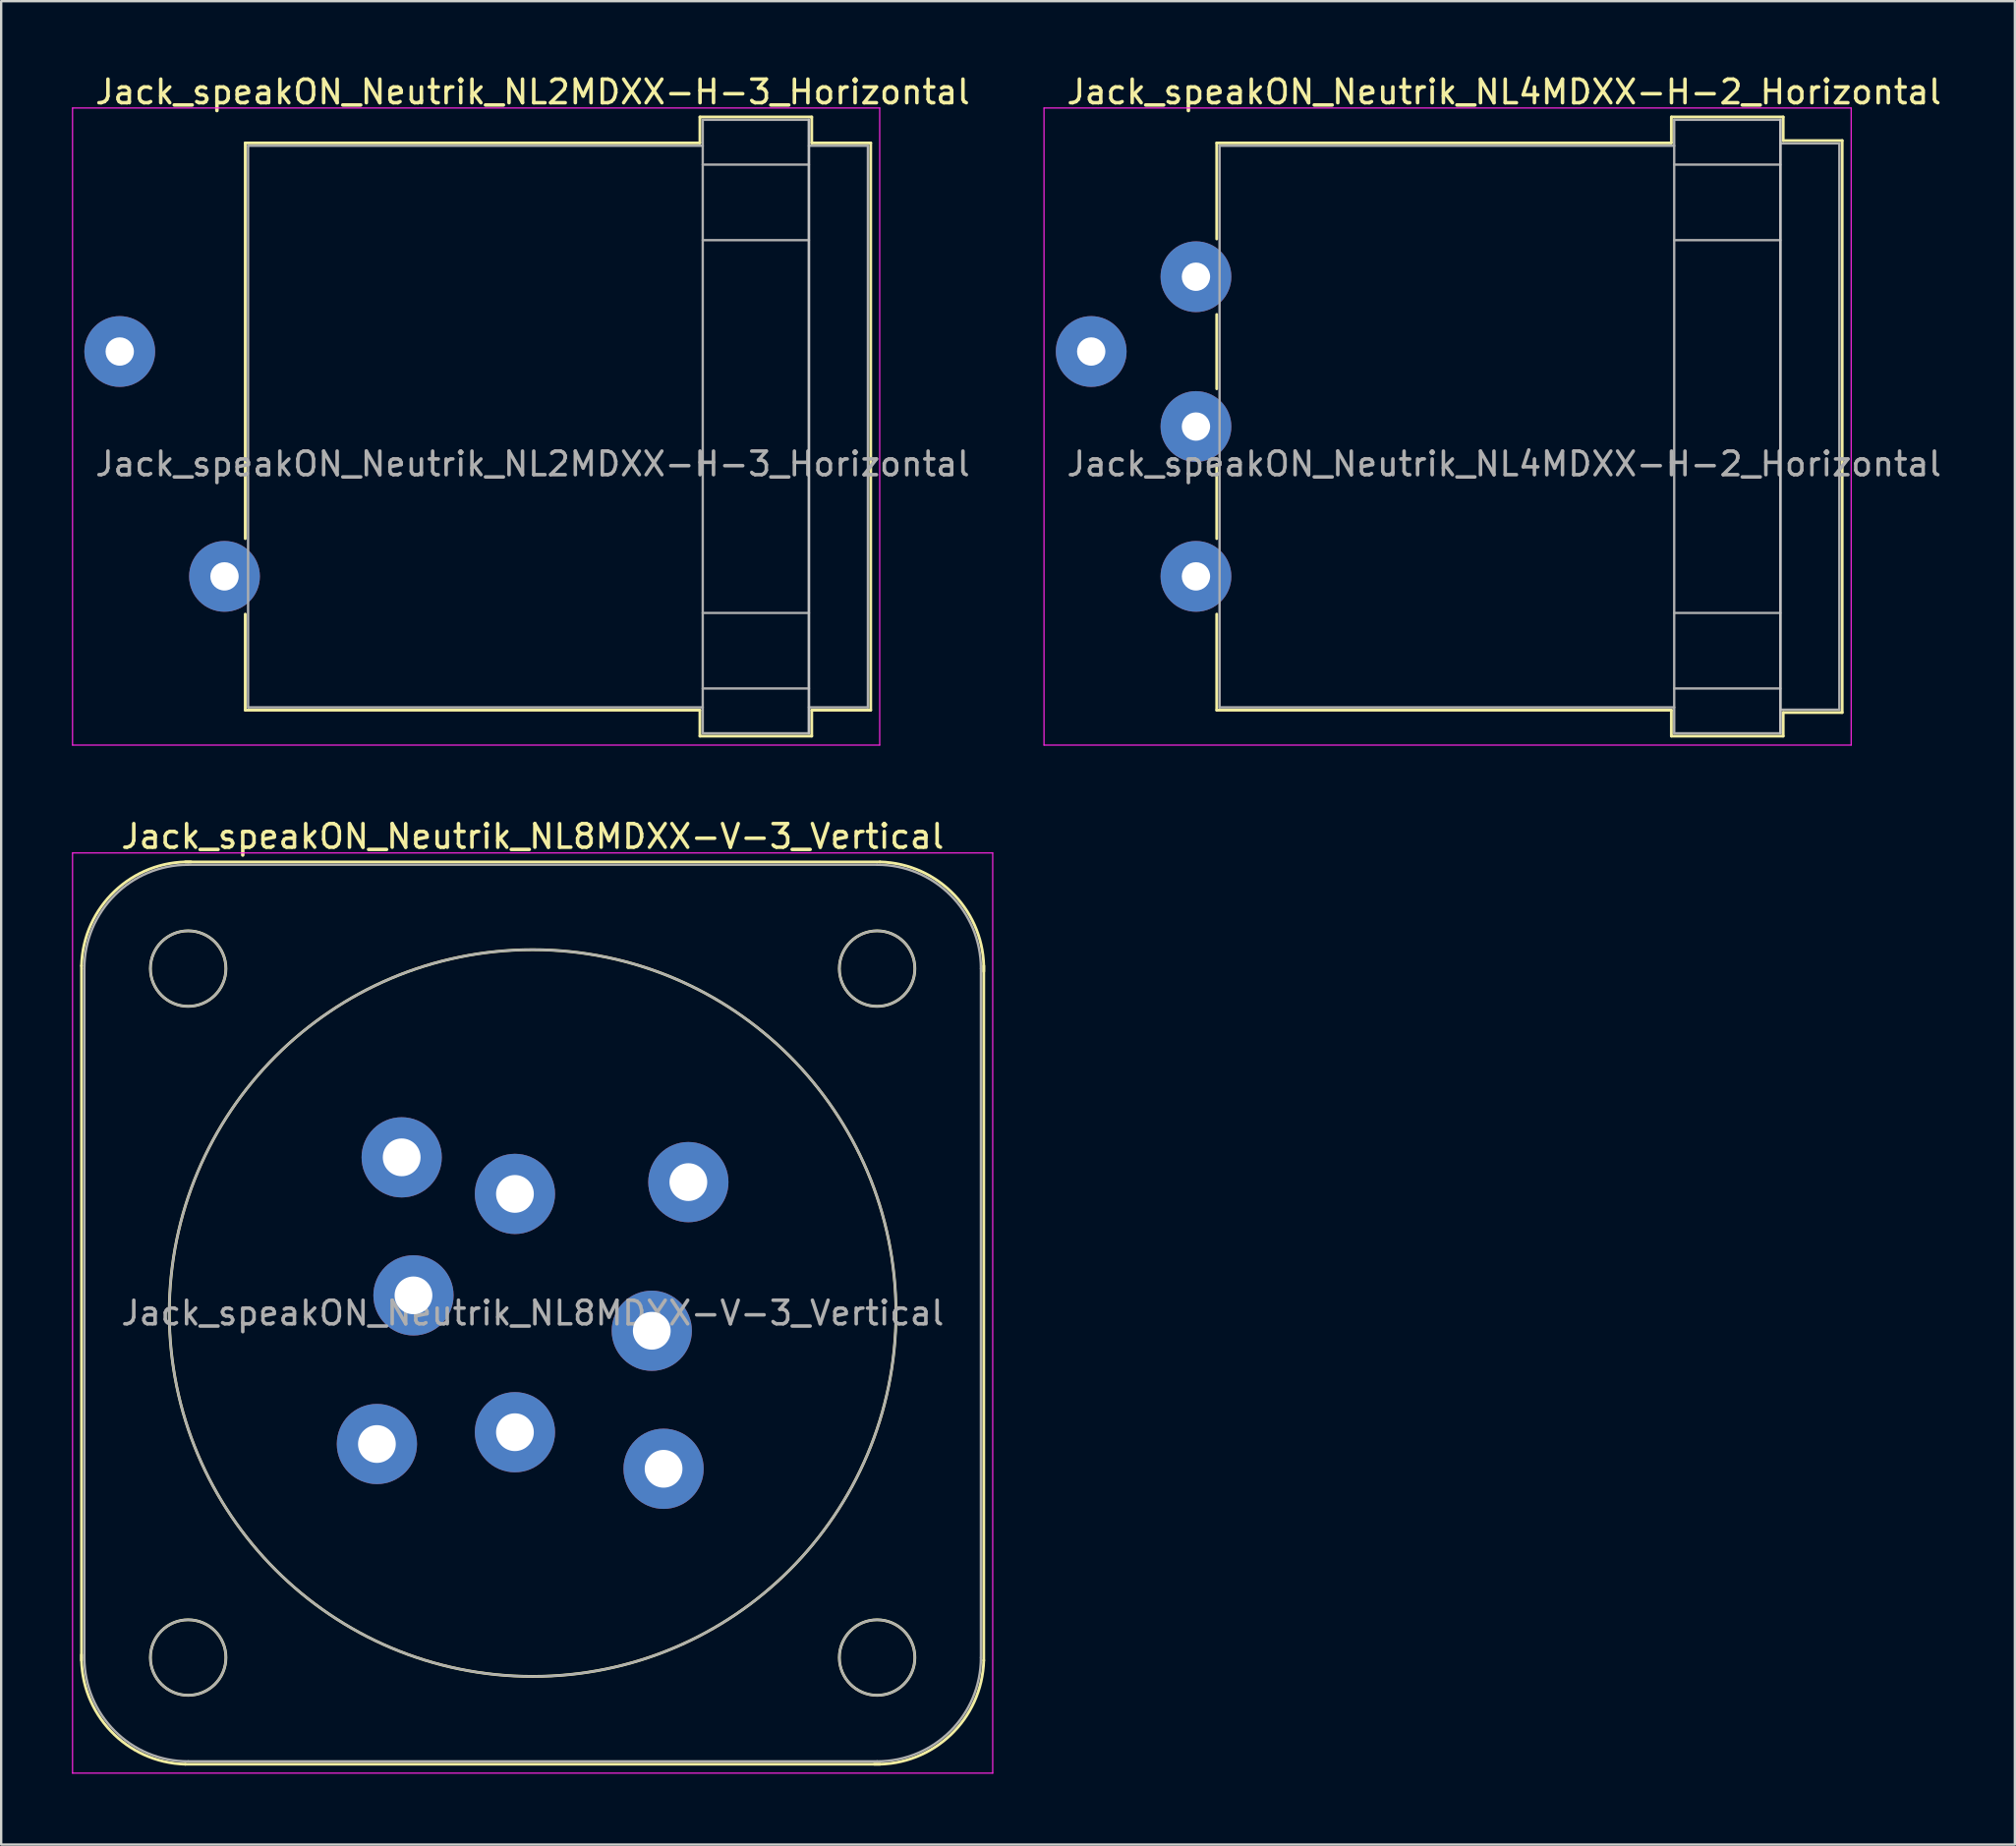
<source format=kicad_pcb>
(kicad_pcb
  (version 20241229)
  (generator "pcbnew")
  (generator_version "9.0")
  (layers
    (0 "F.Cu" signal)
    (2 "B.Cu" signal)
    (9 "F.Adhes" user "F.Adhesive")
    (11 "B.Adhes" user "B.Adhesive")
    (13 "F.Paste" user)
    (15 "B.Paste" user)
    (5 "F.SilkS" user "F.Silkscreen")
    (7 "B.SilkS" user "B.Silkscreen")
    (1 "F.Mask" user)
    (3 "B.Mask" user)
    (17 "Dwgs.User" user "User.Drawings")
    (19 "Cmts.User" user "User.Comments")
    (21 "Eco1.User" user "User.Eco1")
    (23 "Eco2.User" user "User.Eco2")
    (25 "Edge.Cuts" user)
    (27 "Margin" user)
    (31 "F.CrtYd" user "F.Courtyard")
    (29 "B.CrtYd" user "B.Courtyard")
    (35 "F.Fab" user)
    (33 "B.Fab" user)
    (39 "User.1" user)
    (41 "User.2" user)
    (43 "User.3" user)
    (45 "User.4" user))
  (footprint "Jack_speakON_Neutrik_NL4MDXX-H-2_Horizontal"
    (layer "F.Cu")
    (at 43.199 11.848)
    (property "Reference" "Jack_speakON_Neutrik_NL4MDXX-H-2_Horizontal" (at 17.5 -11 0) (layer "F.SilkS") (effects (font (size 1 1) (thickness 0.15))))
    (attr through_hole)
    (fp_line (start 5.32 -8.84) (end 24.59 -8.84) (stroke (width 0.12) (type solid)) (layer "F.SilkS"))
    (fp_line (start 5.32 -4.77) (end 5.32 -8.84) (stroke (width 0.12) (type solid)) (layer "F.SilkS"))
    (fp_line (start 5.32 1.58) (end 5.32 -1.57) (stroke (width 0.12) (type solid)) (layer "F.SilkS"))
    (fp_line (start 5.32 7.93) (end 5.32 4.78) (stroke (width 0.12) (type solid)) (layer "F.SilkS"))
    (fp_line (start 5.32 15.2) (end 5.32 11.13) (stroke (width 0.12) (type solid)) (layer "F.SilkS"))
    (fp_line (start 5.32 15.2) (end 24.59 15.2) (stroke (width 0.12) (type solid)) (layer "F.SilkS"))
    (fp_line (start 24.59 -9.94) (end 24.59 -8.84) (stroke (width 0.12) (type solid)) (layer "F.SilkS"))
    (fp_line (start 24.59 -9.94) (end 29.33 -9.94) (stroke (width 0.12) (type solid)) (layer "F.SilkS"))
    (fp_line (start 24.59 16.3) (end 24.59 15.2) (stroke (width 0.12) (type solid)) (layer "F.SilkS"))
    (fp_line (start 24.59 16.3) (end 29.33 16.3) (stroke (width 0.12) (type solid)) (layer "F.SilkS"))
    (fp_line (start 29.33 -9.94) (end 29.33 -8.94) (stroke (width 0.12) (type solid)) (layer "F.SilkS"))
    (fp_line (start 29.33 16.3) (end 29.33 15.3) (stroke (width 0.12) (type solid)) (layer "F.SilkS"))
    (fp_line (start 31.83 -8.94) (end 29.33 -8.94) (stroke (width 0.12) (type solid)) (layer "F.SilkS"))
    (fp_line (start 31.83 15.3) (end 29.33 15.3) (stroke (width 0.12) (type solid)) (layer "F.SilkS"))
    (fp_line (start 31.83 15.3) (end 31.83 -8.94) (stroke (width 0.12) (type solid)) (layer "F.SilkS"))
    (fp_line (start 29.21 16.18) (end 29.21 -9.82) (stroke (width 0.1) (type solid)) (layer "Dwgs.User"))
    (fp_line (start -2 16.68) (end -2 -10.32) (stroke (width 0.05) (type solid)) (layer "F.CrtYd"))
    (fp_line (start -2 16.68) (end 32.21 16.68) (stroke (width 0.05) (type solid)) (layer "F.CrtYd"))
    (fp_line (start 32.21 -10.32) (end -2 -10.32) (stroke (width 0.05) (type solid)) (layer "F.CrtYd"))
    (fp_line (start 32.21 -10.32) (end 32.21 16.68) (stroke (width 0.05) (type solid)) (layer "F.CrtYd"))
    (fp_line (start 5.44 -8.72) (end 24.71 -8.72) (stroke (width 0.1) (type solid)) (layer "F.Fab"))
    (fp_line (start 5.44 15.08) (end 5.44 -8.72) (stroke (width 0.1) (type solid)) (layer "F.Fab"))
    (fp_line (start 5.44 15.08) (end 24.71 15.08) (stroke (width 0.1) (type solid)) (layer "F.Fab"))
    (fp_line (start 24.71 -9.82) (end 29.21 -9.82) (stroke (width 0.1) (type solid)) (layer "F.Fab"))
    (fp_line (start 24.71 -7.92) (end 29.21 -7.92) (stroke (width 0.1) (type solid)) (layer "F.Fab"))
    (fp_line (start 24.71 -4.72) (end 29.21 -4.72) (stroke (width 0.1) (type solid)) (layer "F.Fab"))
    (fp_line (start 24.71 11.08) (end 29.21 11.08) (stroke (width 0.1) (type solid)) (layer "F.Fab"))
    (fp_line (start 24.71 14.28) (end 29.21 14.28) (stroke (width 0.1) (type solid)) (layer "F.Fab"))
    (fp_line (start 24.71 16.18) (end 24.71 -9.82) (stroke (width 0.1) (type solid)) (layer "F.Fab"))
    (fp_line (start 24.71 16.18) (end 29.21 16.18) (stroke (width 0.1) (type solid)) (layer "F.Fab"))
    (fp_line (start 29.21 16.18) (end 29.21 -9.82) (stroke (width 0.1) (type solid)) (layer "F.Fab"))
    (fp_line (start 31.71 -8.82) (end 29.21 -8.82) (stroke (width 0.1) (type solid)) (layer "F.Fab"))
    (fp_line (start 31.71 15.18) (end 29.21 15.18) (stroke (width 0.1) (type solid)) (layer "F.Fab"))
    (fp_line (start 31.71 15.18) (end 31.71 -8.82) (stroke (width 0.1) (type solid)) (layer "F.Fab"))
    (fp_text user "${REFERENCE}" (at 17.5 4.765 0) (layer "F.Fab") (effects (font (size 1 1) (thickness 0.15))))
    (pad "1+" thru_hole circle (at 0 0) (size 3 3) (drill 1.2) (layers "*.Cu" "*.Mask"))
    (pad "1-" thru_hole circle (at 4.44 9.53) (size 3 3) (drill 1.2) (layers "*.Cu" "*.Mask"))
    (pad "2+" thru_hole circle (at 4.44 3.18) (size 3 3) (drill 1.2) (layers "*.Cu" "*.Mask"))
    (pad "2-" thru_hole circle (at 4.44 -3.17) (size 3 3) (drill 1.2) (layers "*.Cu" "*.Mask")))
  (footprint "Jack_speakON_Neutrik_NL2MDXX-H-3_Horizontal"
    (layer "F.Cu")
    (at 2.025 11.848)
    (property "Reference" "Jack_speakON_Neutrik_NL2MDXX-H-3_Horizontal" (at 17.5 -11 0) (layer "F.SilkS") (effects (font (size 1 1) (thickness 0.15))))
    (attr through_hole)
    (fp_line (start 5.32 -8.84) (end 24.59 -8.84) (stroke (width 0.12) (type solid)) (layer "F.SilkS"))
    (fp_line (start 5.32 7.93) (end 5.32 -8.84) (stroke (width 0.12) (type solid)) (layer "F.SilkS"))
    (fp_line (start 5.32 15.2) (end 5.32 11.13) (stroke (width 0.12) (type solid)) (layer "F.SilkS"))
    (fp_line (start 5.32 15.2) (end 24.59 15.2) (stroke (width 0.12) (type solid)) (layer "F.SilkS"))
    (fp_line (start 24.59 -9.94) (end 24.59 -8.84) (stroke (width 0.12) (type solid)) (layer "F.SilkS"))
    (fp_line (start 24.59 -9.94) (end 29.33 -9.94) (stroke (width 0.12) (type solid)) (layer "F.SilkS"))
    (fp_line (start 24.59 16.3) (end 24.59 15.2) (stroke (width 0.12) (type solid)) (layer "F.SilkS"))
    (fp_line (start 24.59 16.3) (end 29.33 16.3) (stroke (width 0.12) (type solid)) (layer "F.SilkS"))
    (fp_line (start 29.33 -9.94) (end 29.33 -8.84) (stroke (width 0.12) (type solid)) (layer "F.SilkS"))
    (fp_line (start 29.33 16.3) (end 29.33 15.2) (stroke (width 0.12) (type solid)) (layer "F.SilkS"))
    (fp_line (start 31.83 -8.84) (end 29.33 -8.84) (stroke (width 0.12) (type solid)) (layer "F.SilkS"))
    (fp_line (start 31.83 15.2) (end 29.33 15.2) (stroke (width 0.12) (type solid)) (layer "F.SilkS"))
    (fp_line (start 31.83 15.2) (end 31.83 -8.84) (stroke (width 0.12) (type solid)) (layer "F.SilkS"))
    (fp_line (start 29.21 16.18) (end 29.21 -9.82) (stroke (width 0.1) (type solid)) (layer "Dwgs.User"))
    (fp_line (start -2 16.68) (end -2 -10.32) (stroke (width 0.05) (type solid)) (layer "F.CrtYd"))
    (fp_line (start -2 16.68) (end 32.21 16.68) (stroke (width 0.05) (type solid)) (layer "F.CrtYd"))
    (fp_line (start 32.21 -10.32) (end -2 -10.32) (stroke (width 0.05) (type solid)) (layer "F.CrtYd"))
    (fp_line (start 32.21 -10.32) (end 32.21 16.68) (stroke (width 0.05) (type solid)) (layer "F.CrtYd"))
    (fp_line (start 5.44 -8.72) (end 24.71 -8.72) (stroke (width 0.1) (type solid)) (layer "F.Fab"))
    (fp_line (start 5.44 15.08) (end 5.44 -8.72) (stroke (width 0.1) (type solid)) (layer "F.Fab"))
    (fp_line (start 5.44 15.08) (end 24.71 15.08) (stroke (width 0.1) (type solid)) (layer "F.Fab"))
    (fp_line (start 24.71 -9.82) (end 29.21 -9.82) (stroke (width 0.1) (type solid)) (layer "F.Fab"))
    (fp_line (start 24.71 -7.92) (end 29.21 -7.92) (stroke (width 0.1) (type solid)) (layer "F.Fab"))
    (fp_line (start 24.71 -4.72) (end 29.21 -4.72) (stroke (width 0.1) (type solid)) (layer "F.Fab"))
    (fp_line (start 24.71 11.08) (end 29.21 11.08) (stroke (width 0.1) (type solid)) (layer "F.Fab"))
    (fp_line (start 24.71 14.28) (end 29.21 14.28) (stroke (width 0.1) (type solid)) (layer "F.Fab"))
    (fp_line (start 24.71 16.18) (end 24.71 -9.82) (stroke (width 0.1) (type solid)) (layer "F.Fab"))
    (fp_line (start 24.71 16.18) (end 29.21 16.18) (stroke (width 0.1) (type solid)) (layer "F.Fab"))
    (fp_line (start 29.21 16.18) (end 29.21 -9.82) (stroke (width 0.1) (type solid)) (layer "F.Fab"))
    (fp_line (start 31.71 -8.72) (end 29.21 -8.72) (stroke (width 0.1) (type solid)) (layer "F.Fab"))
    (fp_line (start 31.71 15.08) (end 29.21 15.08) (stroke (width 0.1) (type solid)) (layer "F.Fab"))
    (fp_line (start 31.71 15.08) (end 31.71 -8.72) (stroke (width 0.1) (type solid)) (layer "F.Fab"))
    (fp_text user "${REFERENCE}" (at 17.5 4.765 0) (layer "F.Fab") (effects (font (size 1 1) (thickness 0.15))))
    (pad "1+" thru_hole circle (at 0 0) (size 3 3) (drill 1.2) (layers "*.Cu" "*.Mask"))
    (pad "1-" thru_hole circle (at 4.44 9.53) (size 3 3) (drill 1.2) (layers "*.Cu" "*.Mask")))
  (footprint "Jack_speakON_Neutrik_NL8MDXX-V-3_Vertical"
    (layer "F.Cu")
    (at 18.775 47.551)
    (property "Reference" "Jack_speakON_Neutrik_NL8MDXX-V-3_Vertical" (at 0.75 -15.15 0) (layer "F.SilkS") (effects (font (size 1 1) (thickness 0.15))))
    (attr through_hole)
    (fp_line (start -18.37 19.77) (end -18.37 -9.67) (stroke (width 0.12) (type solid)) (layer "F.SilkS"))
    (fp_line (start -13.97 -14.07) (end 15.47 -14.07) (stroke (width 0.12) (type solid)) (layer "F.SilkS"))
    (fp_line (start -13.97 24.17) (end 15.47 24.17) (stroke (width 0.12) (type solid)) (layer "F.SilkS"))
    (fp_line (start 19.87 19.77) (end 19.87 -9.67) (stroke (width 0.12) (type solid)) (layer "F.SilkS"))
    (fp_arc (start -18.37 -9.67) (mid -16.96127 -12.830975) (end -13.73 -14.07) (stroke (width 0.12) (type solid)) (layer "F.SilkS"))
    (fp_arc (start -13.97 24.17) (mid -17.130975 22.76127) (end -18.37 19.53) (stroke (width 0.12) (type solid)) (layer "F.SilkS"))
    (fp_arc (start 15.47 -14.07) (mid 18.630975 -12.66127) (end 19.87 -9.43) (stroke (width 0.12) (type solid)) (layer "F.SilkS"))
    (fp_arc (start 19.87 19.77) (mid 18.46127 22.930975) (end 15.23 24.17) (stroke (width 0.12) (type solid)) (layer "F.SilkS"))
    (fp_circle (center -13.85 -9.55) (end -12.25 -9.55) (stroke (width 0.12) (type solid)) (fill no) (layer "F.SilkS"))
    (fp_circle (center -13.85 19.65) (end -12.25 19.65) (stroke (width 0.12) (type solid)) (fill no) (layer "F.SilkS"))
    (fp_circle (center 0.75 5.05) (end 16.15 5.05) (stroke (width 0.12) (type solid)) (fill no) (layer "F.SilkS"))
    (fp_circle (center 15.35 -9.55) (end 16.95 -9.55) (stroke (width 0.12) (type solid)) (fill no) (layer "F.SilkS"))
    (fp_circle (center 15.35 19.65) (end 16.95 19.65) (stroke (width 0.12) (type solid)) (fill no) (layer "F.SilkS"))
    (fp_line (start -18.75 -14.45) (end 20.25 -14.45) (stroke (width 0.05) (type solid)) (layer "F.CrtYd"))
    (fp_line (start -18.75 24.55) (end -18.75 -14.45) (stroke (width 0.05) (type solid)) (layer "F.CrtYd"))
    (fp_line (start -18.75 24.55) (end 20.25 24.55) (stroke (width 0.05) (type solid)) (layer "F.CrtYd"))
    (fp_line (start 20.25 24.55) (end 20.25 -14.45) (stroke (width 0.05) (type solid)) (layer "F.CrtYd"))
    (fp_line (start -18.25 19.65) (end -18.25 -9.55) (stroke (width 0.1) (type solid)) (layer "F.Fab"))
    (fp_line (start -13.85 -13.95) (end 15.35 -13.95) (stroke (width 0.1) (type solid)) (layer "F.Fab"))
    (fp_line (start -13.85 24.05) (end 15.35 24.05) (stroke (width 0.1) (type solid)) (layer "F.Fab"))
    (fp_line (start 19.75 19.65) (end 19.75 -9.55) (stroke (width 0.1) (type solid)) (layer "F.Fab"))
    (fp_arc (start -18.25 -9.55) (mid -16.96127 -12.66127) (end -13.85 -13.95) (stroke (width 0.1) (type solid)) (layer "F.Fab"))
    (fp_arc (start -13.85 24.05) (mid -16.96127 22.76127) (end -18.25 19.65) (stroke (width 0.1) (type solid)) (layer "F.Fab"))
    (fp_arc (start 15.35 -13.95) (mid 18.46127 -12.66127) (end 19.75 -9.55) (stroke (width 0.1) (type solid)) (layer "F.Fab"))
    (fp_arc (start 19.75 19.65) (mid 18.46127 22.76127) (end 15.35 24.05) (stroke (width 0.1) (type solid)) (layer "F.Fab"))
    (fp_circle (center -13.85 -9.55) (end -12.25 -9.55) (stroke (width 0.1) (type solid)) (fill no) (layer "F.Fab"))
    (fp_circle (center -13.85 19.65) (end -12.25 19.65) (stroke (width 0.1) (type solid)) (fill no) (layer "F.Fab"))
    (fp_circle (center 0.75 5.05) (end 16.15 5.05) (stroke (width 0.1) (type solid)) (fill no) (layer "F.Fab"))
    (fp_circle (center 15.35 -9.55) (end 13.75 -9.55) (stroke (width 0.1) (type solid)) (fill no) (layer "F.Fab"))
    (fp_circle (center 15.35 19.65) (end 13.75 19.65) (stroke (width 0.1) (type solid)) (fill no) (layer "F.Fab"))
    (fp_text user "${REFERENCE}" (at 0.75 5.05 0) (layer "F.Fab") (effects (font (size 1 1) (thickness 0.15))))
    (pad "1+" thru_hole circle (at 0 0) (size 3.4 3.4) (drill 1.6) (layers "*.Cu" "*.Mask"))
    (pad "1-" thru_hole circle (at -4.8 -1.55) (size 3.4 3.4) (drill 1.6) (layers "*.Cu" "*.Mask"))
    (pad "2+" thru_hole circle (at -4.3 4.3) (size 3.4 3.4) (drill 1.6) (layers "*.Cu" "*.Mask"))
    (pad "2-" thru_hole circle (at -5.85 10.6) (size 3.4 3.4) (drill 1.6) (layers "*.Cu" "*.Mask"))
    (pad "3+" thru_hole circle (at 0 10.1) (size 3.4 3.4) (drill 1.6) (layers "*.Cu" "*.Mask"))
    (pad "3-" thru_hole circle (at 6.3 11.65) (size 3.4 3.4) (drill 1.6) (layers "*.Cu" "*.Mask"))
    (pad "4+" thru_hole circle (at 5.8 5.8) (size 3.4 3.4) (drill 1.6) (layers "*.Cu" "*.Mask"))
    (pad "4-" thru_hole circle (at 7.35 -0.5) (size 3.4 3.4) (drill 1.6) (layers "*.Cu" "*.Mask")))
  (gr_rect
    (start -3 -3)
    (end 82.348 75.126)
    (stroke (width 0.1) (type default))
    (fill no)
    (layer "Edge.Cuts")))
</source>
